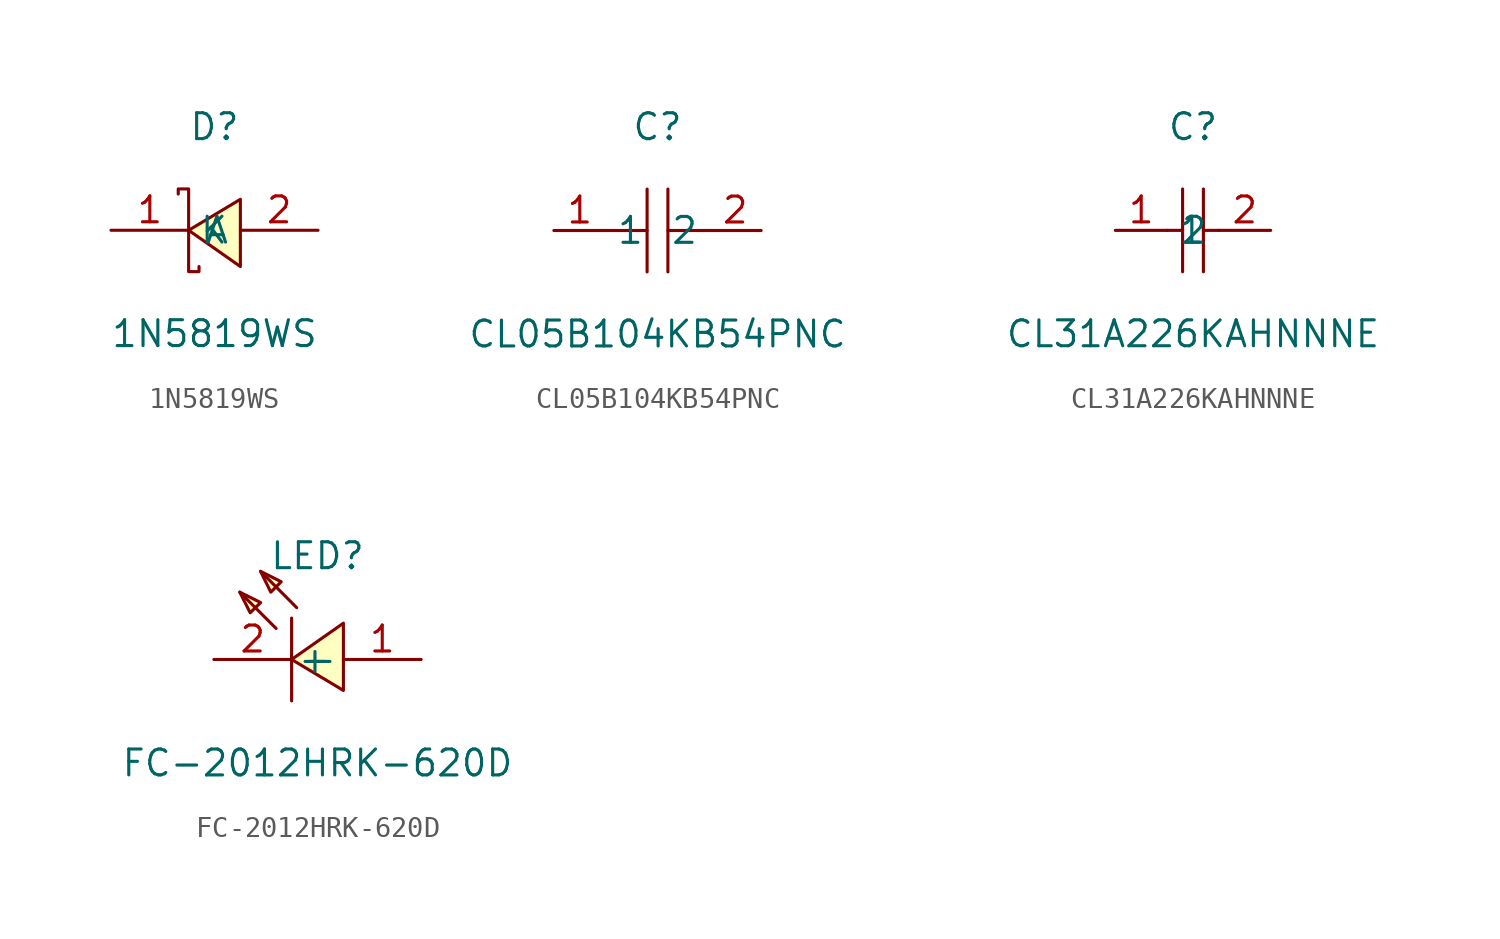
<source format=kicad_sym>
(kicad_symbol_lib
  (version 20220914)
  (generator kicad_symbol_editor)
  (symbol "1N5819WS"
    (property "Reference" "D"
      (at 0 5.08 0)
      (effects (font (size 1.27 1.27))))
    (property "Value" "1N5819WS"
      (at 0 -5.08 0)
      (effects (font (size 1.27 1.27))))
    (symbol "1N5819WS_0_1"
      (polyline (pts (xy -1.27 0) (xy -1.27 -2.03) (xy -0.76 -2.03) (xy -0.76 -1.78)) (stroke (width 0) (type default)) (fill (type none)))
      (polyline (pts (xy -1.27 0) (xy -1.27 2.03) (xy -1.78 2.03) (xy -1.78 1.78)) (stroke (width 0) (type default)) (fill (type none)))
      (polyline (pts (xy 1.27 1.52) (xy -1.27 0) (xy 1.27 -1.78) (xy 1.27 1.52)) (stroke (width 0) (type default)) (fill (type background)))
      (pin unspecified line (at -5.08 0 0) (length 3.81) (name "K" (effects (font (size 1.27 1.27)))) (number "1" (effects (font (size 1.27 1.27)))))
      (pin unspecified line (at 5.08 0 180) (length 3.81) (name "A" (effects (font (size 1.27 1.27)))) (number "2" (effects (font (size 1.27 1.27)))))))
  (symbol "CL05B104KB54PNC"
    (property "Reference" "C"
      (at 0 5.08 0)
      (effects (font (size 1.27 1.27))))
    (property "Value" "CL05B104KB54PNC"
      (at 0 -5.08 0)
      (effects (font (size 1.27 1.27))))
    (symbol "CL05B104KB54PNC_0_1"
      (polyline (pts (xy -0.51 0) (xy -2.54 0)) (stroke (width 0) (type default)) (fill (type none)))
      (polyline (pts (xy -0.51 2.03) (xy -0.51 -2.03)) (stroke (width 0) (type default)) (fill (type none)))
      (polyline (pts (xy 0.51 -2.03) (xy 0.51 2.03)) (stroke (width 0) (type default)) (fill (type none)))
      (polyline (pts (xy 2.54 0) (xy 0.51 0)) (stroke (width 0) (type default)) (fill (type none)))
      (pin unspecified line (at -5.08 0 0) (length 2.54) (name "1" (effects (font (size 1.27 1.27)))) (number "1" (effects (font (size 1.27 1.27)))))
      (pin unspecified line (at 5.08 0 180) (length 2.54) (name "2" (effects (font (size 1.27 1.27)))) (number "2" (effects (font (size 1.27 1.27)))))))
  (symbol "CL31A226KAHNNNE"
    (property "Reference" "C"
      (at 0 5.08 0)
      (effects (font (size 1.27 1.27))))
    (property "Value" "CL31A226KAHNNNE"
      (at 0 -5.08 0)
      (effects (font (size 1.27 1.27))))
    (symbol "CL31A226KAHNNNE_0_1"
      (polyline (pts (xy -1.27 0) (xy -0.51 0)) (stroke (width 0) (type default)) (fill (type none)))
      (polyline (pts (xy -0.51 2.03) (xy -0.51 -2.03)) (stroke (width 0) (type default)) (fill (type none)))
      (polyline (pts (xy 0.51 0) (xy 1.27 0)) (stroke (width 0) (type default)) (fill (type none)))
      (polyline (pts (xy 0.51 2.03) (xy 0.51 -2.03)) (stroke (width 0) (type default)) (fill (type none)))
      (pin input line (at -3.81 0 0) (length 2.54) (name "1" (effects (font (size 1.27 1.27)))) (number "1" (effects (font (size 1.27 1.27)))))
      (pin input line (at 3.81 0 180) (length 2.54) (name "2" (effects (font (size 1.27 1.27)))) (number "2" (effects (font (size 1.27 1.27)))))))
  (symbol "FC-2012HRK-620D"
    (property "Reference" "LED"
      (at 0 5.08 0)
      (effects (font (size 1.27 1.27))))
    (property "Value" "FC-2012HRK-620D"
      (at 0 -5.08 0)
      (effects (font (size 1.27 1.27))))
    (symbol "FC-2012HRK-620D_0_1"
      (polyline (pts (xy -2.03 1.52) (xy -3.81 3.3)) (stroke (width 0) (type default)) (fill (type none)))
      (polyline (pts (xy -1.27 2.03) (xy -1.27 -2.03)) (stroke (width 0) (type default)) (fill (type none)))
      (polyline (pts (xy -1.02 2.54) (xy -2.79 4.32)) (stroke (width 0) (type default)) (fill (type none)))
      (polyline (pts (xy -3.81 3.3) (xy -2.79 2.79) (xy -3.3 2.29) (xy -3.81 3.3)) (stroke (width 0) (type default)) (fill (type background)))
      (polyline (pts (xy -2.79 4.32) (xy -1.78 3.81) (xy -2.29 3.3) (xy -2.79 4.32)) (stroke (width 0) (type default)) (fill (type background)))
      (polyline (pts (xy 1.27 -1.52) (xy -1.27 0) (xy 1.27 1.78) (xy 1.27 -1.52)) (stroke (width 0) (type default)) (fill (type background)))
      (pin unspecified line (at 5.08 0 180) (length 3.81) (name "+" (effects (font (size 1.27 1.27)))) (number "1" (effects (font (size 1.27 1.27)))))
      (pin unspecified line (at -5.08 0 0) (length 3.81) (name "-" (effects (font (size 1.27 1.27)))) (number "2" (effects (font (size 1.27 1.27))))))))
</source>
